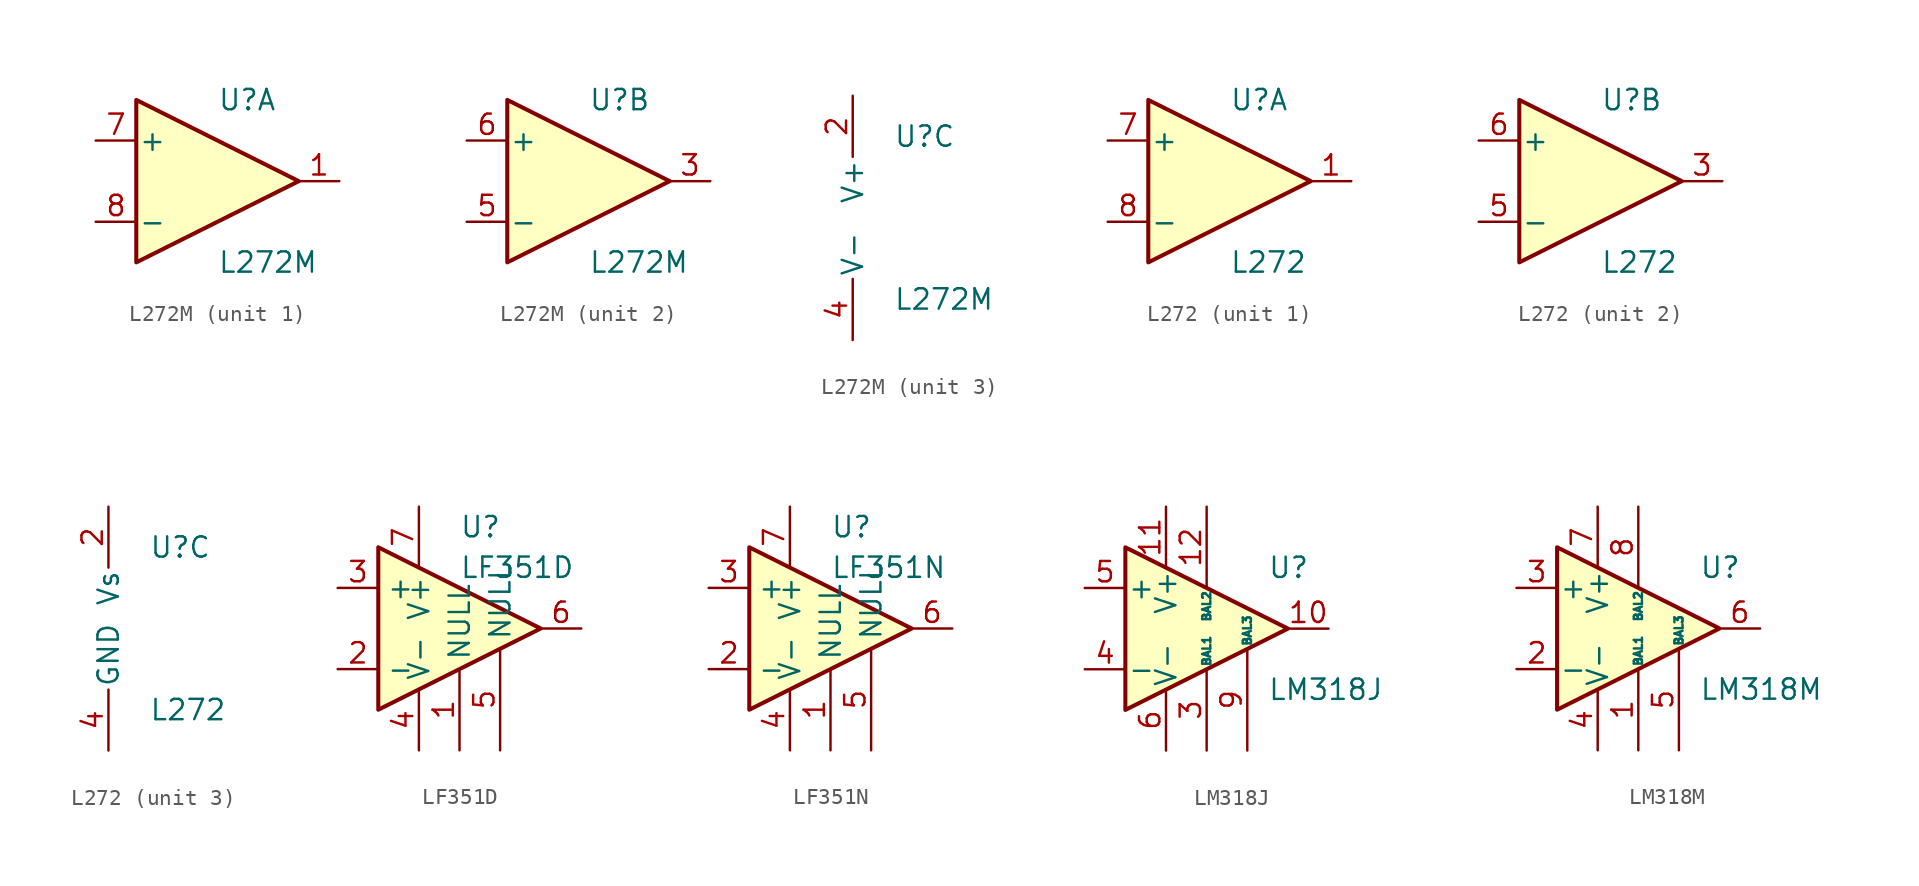
<source format=kicad_sym>
(kicad_symbol_lib
  (version 20201005)
  (generator kicad_symbol_editor)
  (symbol "Amplifier_Operational:L272M"
    (pin_names
      (offset 0.127))
    (property "Reference" "U"
      (at 0 5.08 0)
      (effects (font (size 1.27 1.27)) (justify left)))
    (property "Value" "L272M"
      (at 0 -5.08 0)
      (effects (font (size 1.27 1.27)) (justify left)))
    (property "ki_locked" ""
      (at 0 0 0)
      (effects (font (size 1.27 1.27))))
    (symbol "L272M_1_1"
      (polyline (pts (xy -5.08 5.08) (xy 5.08 0) (xy -5.08 -5.08) (xy -5.08 5.08)) (stroke (width 0.254)) (fill (type background)))
      (pin output line (at 7.62 0 180) (length 2.54) (name "~" (effects (font (size 1.27 1.27)))) (number "1" (effects (font (size 1.27 1.27)))))
      (pin input line (at -7.62 2.54 0) (length 2.54) (name "+" (effects (font (size 1.27 1.27)))) (number "7" (effects (font (size 1.27 1.27)))))
      (pin input line (at -7.62 -2.54 0) (length 2.54) (name "-" (effects (font (size 1.27 1.27)))) (number "8" (effects (font (size 1.27 1.27))))))
    (symbol "L272M_2_1"
      (polyline (pts (xy -5.08 5.08) (xy 5.08 0) (xy -5.08 -5.08) (xy -5.08 5.08)) (stroke (width 0.254)) (fill (type background)))
      (pin output line (at 7.62 0 180) (length 2.54) (name "~" (effects (font (size 1.27 1.27)))) (number "3" (effects (font (size 1.27 1.27)))))
      (pin input line (at -7.62 -2.54 0) (length 2.54) (name "-" (effects (font (size 1.27 1.27)))) (number "5" (effects (font (size 1.27 1.27)))))
      (pin input line (at -7.62 2.54 0) (length 2.54) (name "+" (effects (font (size 1.27 1.27)))) (number "6" (effects (font (size 1.27 1.27))))))
    (symbol "L272M_3_1"
      (pin power_in line (at -2.54 7.62 270) (length 3.81) (name "V+" (effects (font (size 1.27 1.27)))) (number "2" (effects (font (size 1.27 1.27)))))
      (pin power_in line (at -2.54 -7.62 90) (length 3.81) (name "V-" (effects (font (size 1.27 1.27)))) (number "4" (effects (font (size 1.27 1.27)))))))
  (symbol "Amplifier_Operational:L272"
    (pin_names
      (offset 0.127))
    (property "Reference" "U"
      (at 0 5.08 0)
      (effects (font (size 1.27 1.27)) (justify left)))
    (property "Value" "L272"
      (at 0 -5.08 0)
      (effects (font (size 1.27 1.27)) (justify left)))
    (property "ki_locked" ""
      (at 0 0 0)
      (effects (font (size 1.27 1.27))))
    (symbol "L272_1_1"
      (polyline (pts (xy -5.08 5.08) (xy 5.08 0) (xy -5.08 -5.08) (xy -5.08 5.08)) (stroke (width 0.254)) (fill (type background)))
      (pin output line (at 7.62 0 180) (length 2.54) (name "~" (effects (font (size 1.27 1.27)))) (number "1" (effects (font (size 1.27 1.27)))))
      (pin input line (at -7.62 2.54 0) (length 2.54) (name "+" (effects (font (size 1.27 1.27)))) (number "7" (effects (font (size 1.27 1.27)))))
      (pin input line (at -7.62 -2.54 0) (length 2.54) (name "-" (effects (font (size 1.27 1.27)))) (number "8" (effects (font (size 1.27 1.27))))))
    (symbol "L272_2_1"
      (polyline (pts (xy -5.08 5.08) (xy 5.08 0) (xy -5.08 -5.08) (xy -5.08 5.08)) (stroke (width 0.254)) (fill (type background)))
      (pin output line (at 7.62 0 180) (length 2.54) (name "~" (effects (font (size 1.27 1.27)))) (number "3" (effects (font (size 1.27 1.27)))))
      (pin input line (at -7.62 -2.54 0) (length 2.54) (name "-" (effects (font (size 1.27 1.27)))) (number "5" (effects (font (size 1.27 1.27)))))
      (pin input line (at -7.62 2.54 0) (length 2.54) (name "+" (effects (font (size 1.27 1.27)))) (number "6" (effects (font (size 1.27 1.27))))))
    (symbol "L272_3_1"
      (pin passive line (at -2.54 -7.62 90) (length 3.81) hide (name "GND" (effects (font (size 1.27 1.27)))) (number "10" (effects (font (size 1.27 1.27)))))
      (pin passive line (at -2.54 -7.62 90) (length 3.81) hide (name "GND" (effects (font (size 1.27 1.27)))) (number "11" (effects (font (size 1.27 1.27)))))
      (pin passive line (at -2.54 -7.62 90) (length 3.81) hide (name "GND" (effects (font (size 1.27 1.27)))) (number "12" (effects (font (size 1.27 1.27)))))
      (pin passive line (at -2.54 -7.62 90) (length 3.81) hide (name "GND" (effects (font (size 1.27 1.27)))) (number "13" (effects (font (size 1.27 1.27)))))
      (pin passive line (at -2.54 -7.62 90) (length 3.81) hide (name "GND" (effects (font (size 1.27 1.27)))) (number "14" (effects (font (size 1.27 1.27)))))
      (pin passive line (at -2.54 -7.62 90) (length 3.81) hide (name "GND" (effects (font (size 1.27 1.27)))) (number "15" (effects (font (size 1.27 1.27)))))
      (pin passive line (at -2.54 -7.62 90) (length 3.81) hide (name "GND" (effects (font (size 1.27 1.27)))) (number "16" (effects (font (size 1.27 1.27)))))
      (pin power_in line (at -2.54 7.62 270) (length 3.81) (name "Vs" (effects (font (size 1.27 1.27)))) (number "2" (effects (font (size 1.27 1.27)))))
      (pin power_in line (at -2.54 -7.62 90) (length 3.81) (name "GND" (effects (font (size 1.27 1.27)))) (number "4" (effects (font (size 1.27 1.27)))))
      (pin passive line (at -2.54 -7.62 90) (length 3.81) hide (name "GND" (effects (font (size 1.27 1.27)))) (number "9" (effects (font (size 1.27 1.27)))))))
  (symbol "Amplifier_Operational:LF351D"
    (property "Reference" "U"
      (at 0 6.35 0)
      (effects (font (size 1.27 1.27)) (justify left)))
    (property "Value" "LF351D"
      (at 0 3.81 0)
      (effects (font (size 1.27 1.27)) (justify left)))
    (symbol "LF351D_0_1"
      (polyline (pts (xy -5.08 5.08) (xy 5.08 0) (xy -5.08 -5.08) (xy -5.08 5.08)) (stroke (width 0.254)) (fill (type background))))
    (symbol "LF351D_1_1"
      (pin input line (at 0 -7.62 90) (length 5.08) (name "NULL" (effects (font (size 1.27 1.27)))) (number "1" (effects (font (size 1.27 1.27)))))
      (pin input line (at -7.62 -2.54 0) (length 2.54) (name "-" (effects (font (size 1.27 1.27)))) (number "2" (effects (font (size 1.27 1.27)))))
      (pin input line (at -7.62 2.54 0) (length 2.54) (name "+" (effects (font (size 1.27 1.27)))) (number "3" (effects (font (size 1.27 1.27)))))
      (pin power_in line (at -2.54 -7.62 90) (length 3.81) (name "V-" (effects (font (size 1.27 1.27)))) (number "4" (effects (font (size 1.27 1.27)))))
      (pin input line (at 2.54 -7.62 90) (length 6.35) (name "NULL" (effects (font (size 1.27 1.27)))) (number "5" (effects (font (size 1.27 1.27)))))
      (pin output line (at 7.62 0 180) (length 2.54) (name "~" (effects (font (size 1.27 1.27)))) (number "6" (effects (font (size 1.27 1.27)))))
      (pin power_in line (at -2.54 7.62 270) (length 3.81) (name "V+" (effects (font (size 1.27 1.27)))) (number "7" (effects (font (size 1.27 1.27)))))
      (pin no_connect line (at 0 2.54 270) (length 2.54) hide (name "NC" (effects (font (size 1.27 1.27)))) (number "8" (effects (font (size 1.27 1.27)))))))
  (symbol "Amplifier_Operational:LF351N"
    (property "Reference" "U"
      (at 0 6.35 0)
      (effects (font (size 1.27 1.27)) (justify left)))
    (property "Value" "LF351N"
      (at 0 3.81 0)
      (effects (font (size 1.27 1.27)) (justify left)))
    (symbol "LF351N_0_1"
      (polyline (pts (xy -5.08 5.08) (xy 5.08 0) (xy -5.08 -5.08) (xy -5.08 5.08)) (stroke (width 0.254)) (fill (type background))))
    (symbol "LF351N_1_1"
      (pin input line (at 0 -7.62 90) (length 5.08) (name "NULL" (effects (font (size 1.27 1.27)))) (number "1" (effects (font (size 1.27 1.27)))))
      (pin input line (at -7.62 -2.54 0) (length 2.54) (name "-" (effects (font (size 1.27 1.27)))) (number "2" (effects (font (size 1.27 1.27)))))
      (pin input line (at -7.62 2.54 0) (length 2.54) (name "+" (effects (font (size 1.27 1.27)))) (number "3" (effects (font (size 1.27 1.27)))))
      (pin power_in line (at -2.54 -7.62 90) (length 3.81) (name "V-" (effects (font (size 1.27 1.27)))) (number "4" (effects (font (size 1.27 1.27)))))
      (pin input line (at 2.54 -7.62 90) (length 6.35) (name "NULL" (effects (font (size 1.27 1.27)))) (number "5" (effects (font (size 1.27 1.27)))))
      (pin output line (at 7.62 0 180) (length 2.54) (name "~" (effects (font (size 1.27 1.27)))) (number "6" (effects (font (size 1.27 1.27)))))
      (pin power_in line (at -2.54 7.62 270) (length 3.81) (name "V+" (effects (font (size 1.27 1.27)))) (number "7" (effects (font (size 1.27 1.27)))))
      (pin no_connect line (at 0 2.54 270) (length 2.54) hide (name "NC" (effects (font (size 1.27 1.27)))) (number "8" (effects (font (size 1.27 1.27)))))))
  (symbol "Amplifier_Operational:LM318J"
    (pin_names
      (offset 0.127))
    (property "Reference" "U"
      (at 3.81 3.81 0)
      (effects (font (size 1.27 1.27)) (justify left)))
    (property "Value" "LM318J"
      (at 3.81 -3.81 0)
      (effects (font (size 1.27 1.27)) (justify left)))
    (symbol "LM318J_0_1"
      (polyline (pts (xy 5.08 0) (xy -5.08 5.08) (xy -5.08 -5.08) (xy 5.08 0)) (stroke (width 0.254)) (fill (type background))))
    (symbol "LM318J_1_1"
      (pin no_connect line (at -5.08 2.54 270) (length 2.54) hide (name "NC" (effects (font (size 1.27 1.27)))) (number "1" (effects (font (size 1.27 1.27)))))
      (pin output line (at 7.62 0 180) (length 2.54) (name "~" (effects (font (size 1.27 1.27)))) (number "10" (effects (font (size 1.27 1.27)))))
      (pin power_in line (at -2.54 7.62 270) (length 3.81) (name "V+" (effects (font (size 1.27 1.27)))) (number "11" (effects (font (size 1.27 1.27)))))
      (pin passive line (at 0 7.62 270) (length 5.08) (name "BAL2" (effects (font (size 0.508 0.508)))) (number "12" (effects (font (size 1.27 1.27)))))
      (pin no_connect line (at 0 2.54 270) (length 2.54) hide (name "NC" (effects (font (size 1.27 1.27)))) (number "13" (effects (font (size 1.27 1.27)))))
      (pin no_connect line (at 0 -2.54 90) (length 2.54) hide (name "NC" (effects (font (size 1.27 1.27)))) (number "14" (effects (font (size 1.27 1.27)))))
      (pin no_connect line (at -2.54 2.54 270) (length 2.54) hide (name "NC" (effects (font (size 1.27 1.27)))) (number "2" (effects (font (size 1.27 1.27)))))
      (pin passive line (at 0 -7.62 90) (length 5.08) (name "BAL1" (effects (font (size 0.508 0.508)))) (number "3" (effects (font (size 1.27 1.27)))))
      (pin input line (at -7.62 -2.54 0) (length 2.54) (name "-" (effects (font (size 1.27 1.27)))) (number "4" (effects (font (size 1.27 1.27)))))
      (pin input line (at -7.62 2.54 0) (length 2.54) (name "+" (effects (font (size 1.27 1.27)))) (number "5" (effects (font (size 1.27 1.27)))))
      (pin power_in line (at -2.54 -7.62 90) (length 3.81) (name "V-" (effects (font (size 1.27 1.27)))) (number "6" (effects (font (size 1.27 1.27)))))
      (pin no_connect line (at -5.08 -2.54 90) (length 2.54) hide (name "NC" (effects (font (size 1.27 1.27)))) (number "7" (effects (font (size 1.27 1.27)))))
      (pin no_connect line (at -2.54 -2.54 90) (length 2.54) hide (name "NC" (effects (font (size 1.27 1.27)))) (number "8" (effects (font (size 1.27 1.27)))))
      (pin passive line (at 2.54 -7.62 90) (length 6.35) (name "BAL3" (effects (font (size 0.508 0.508)))) (number "9" (effects (font (size 1.27 1.27)))))))
  (symbol "Amplifier_Operational:LM318M"
    (pin_names
      (offset 0.127))
    (property "Reference" "U"
      (at 3.81 3.81 0)
      (effects (font (size 1.27 1.27)) (justify left)))
    (property "Value" "LM318M"
      (at 3.81 -3.81 0)
      (effects (font (size 1.27 1.27)) (justify left)))
    (symbol "LM318M_0_1"
      (polyline (pts (xy 5.08 0) (xy -5.08 5.08) (xy -5.08 -5.08) (xy 5.08 0)) (stroke (width 0.254)) (fill (type background))))
    (symbol "LM318M_1_1"
      (pin passive line (at 0 -7.62 90) (length 5.08) (name "BAL1" (effects (font (size 0.508 0.508)))) (number "1" (effects (font (size 1.27 1.27)))))
      (pin input line (at -7.62 -2.54 0) (length 2.54) (name "-" (effects (font (size 1.27 1.27)))) (number "2" (effects (font (size 1.27 1.27)))))
      (pin input line (at -7.62 2.54 0) (length 2.54) (name "+" (effects (font (size 1.27 1.27)))) (number "3" (effects (font (size 1.27 1.27)))))
      (pin power_in line (at -2.54 -7.62 90) (length 3.81) (name "V-" (effects (font (size 1.27 1.27)))) (number "4" (effects (font (size 1.27 1.27)))))
      (pin passive line (at 2.54 -7.62 90) (length 6.35) (name "BAL3" (effects (font (size 0.508 0.508)))) (number "5" (effects (font (size 1.27 1.27)))))
      (pin output line (at 7.62 0 180) (length 2.54) (name "~" (effects (font (size 1.27 1.27)))) (number "6" (effects (font (size 1.27 1.27)))))
      (pin power_in line (at -2.54 7.62 270) (length 3.81) (name "V+" (effects (font (size 1.27 1.27)))) (number "7" (effects (font (size 1.27 1.27)))))
      (pin passive line (at 0 7.62 270) (length 5.08) (name "BAL2" (effects (font (size 0.508 0.508)))) (number "8" (effects (font (size 1.27 1.27))))))))
</source>
